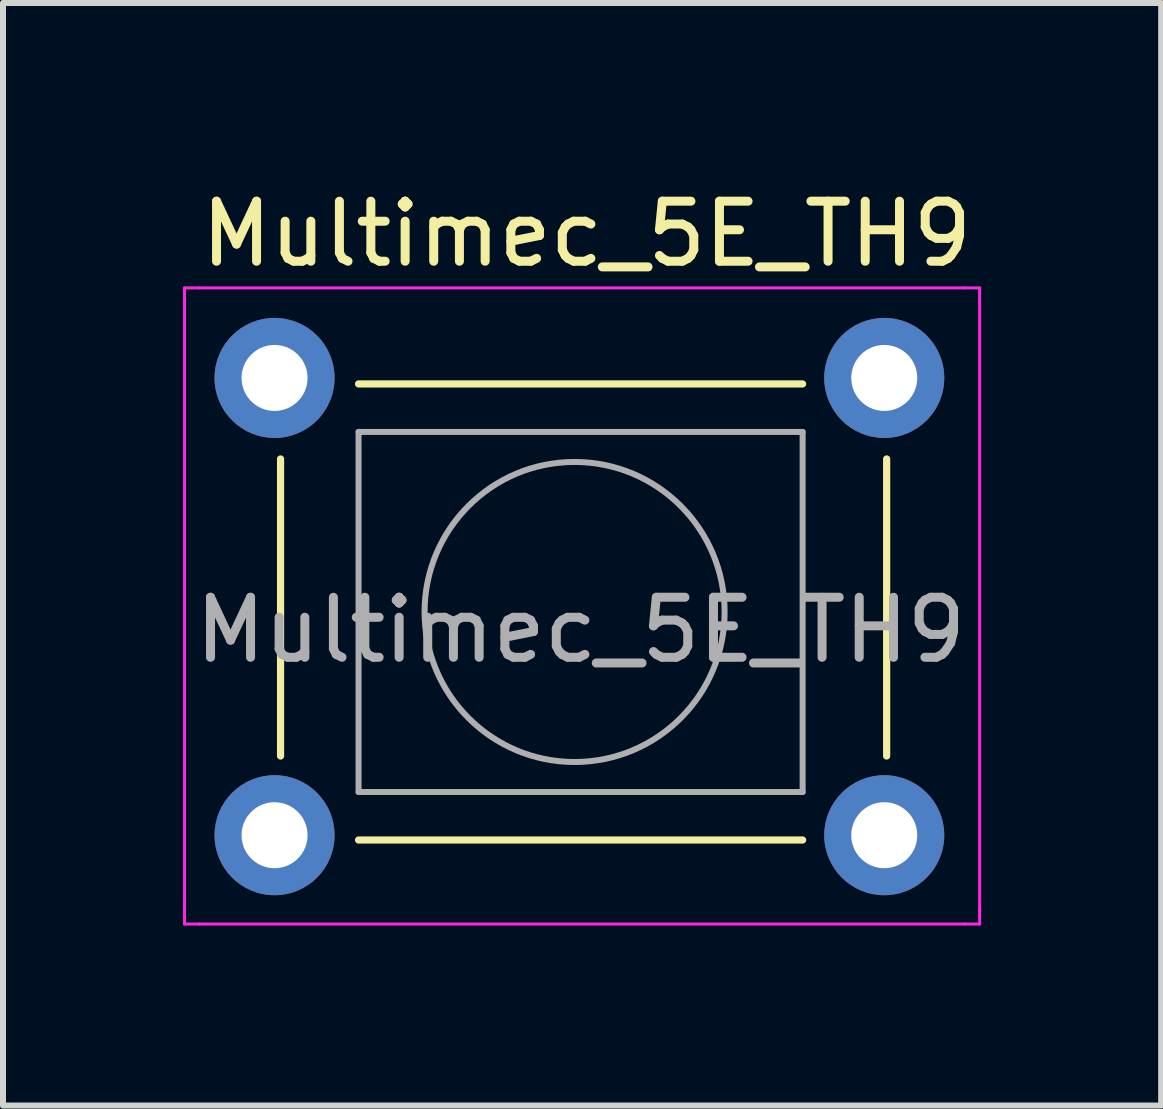
<source format=kicad_pcb>
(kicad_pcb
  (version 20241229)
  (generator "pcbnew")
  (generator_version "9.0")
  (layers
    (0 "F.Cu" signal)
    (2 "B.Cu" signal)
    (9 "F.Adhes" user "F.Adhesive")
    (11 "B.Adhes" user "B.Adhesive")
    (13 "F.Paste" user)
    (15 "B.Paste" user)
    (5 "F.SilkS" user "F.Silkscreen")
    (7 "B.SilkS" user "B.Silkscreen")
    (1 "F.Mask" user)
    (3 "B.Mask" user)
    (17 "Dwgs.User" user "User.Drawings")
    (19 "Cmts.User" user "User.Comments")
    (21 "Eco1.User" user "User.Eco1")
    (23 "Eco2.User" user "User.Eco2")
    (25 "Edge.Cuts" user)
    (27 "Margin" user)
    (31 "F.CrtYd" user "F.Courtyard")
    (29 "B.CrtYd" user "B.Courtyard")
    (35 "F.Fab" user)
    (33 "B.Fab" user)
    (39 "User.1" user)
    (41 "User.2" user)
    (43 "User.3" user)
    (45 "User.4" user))
  (footprint "Multimec_5E_TH9"
    (layer "F.Cu")
    (at 1.525 3.248)
    (property "Reference" "Multimec_5E_TH9" (at 5.2 -2.4 0) (layer "F.SilkS") (effects (font (size 1 1) (thickness 0.15))))
    (attr through_hole)
    (fp_line (start 0.1 6.3) (end 0.1 1.35) (stroke (width 0.12) (type solid)) (layer "F.SilkS"))
    (fp_line (start 8.8 0.1) (end 1.4 0.1) (stroke (width 0.12) (type solid)) (layer "F.SilkS"))
    (fp_line (start 8.8 7.7) (end 1.4 7.7) (stroke (width 0.12) (type solid)) (layer "F.SilkS"))
    (fp_line (start 10.2 6.3) (end 10.2 1.35) (stroke (width 0.12) (type solid)) (layer "F.SilkS"))
    (fp_line (start -1.5 -1.5) (end -1.25 -1.5) (stroke (width 0.05) (type solid)) (layer "F.CrtYd"))
    (fp_line (start -1.5 -1.25) (end -1.5 -1.5) (stroke (width 0.05) (type solid)) (layer "F.CrtYd"))
    (fp_line (start -1.5 8.85) (end -1.5 9.1) (stroke (width 0.05) (type solid)) (layer "F.CrtYd"))
    (fp_line (start -1.5 8.9) (end -1.5 -1.25) (stroke (width 0.05) (type solid)) (layer "F.CrtYd"))
    (fp_line (start -1.5 9.1) (end -1.25 9.1) (stroke (width 0.05) (type solid)) (layer "F.CrtYd"))
    (fp_line (start -1.25 -1.5) (end 11.5 -1.5) (stroke (width 0.05) (type solid)) (layer "F.CrtYd"))
    (fp_line (start 11.5 -1.5) (end 11.75 -1.5) (stroke (width 0.05) (type solid)) (layer "F.CrtYd"))
    (fp_line (start 11.5 9.1) (end -1.25 9.1) (stroke (width 0.05) (type solid)) (layer "F.CrtYd"))
    (fp_line (start 11.5 9.1) (end 11.75 9.1) (stroke (width 0.05) (type solid)) (layer "F.CrtYd"))
    (fp_line (start 11.75 -1.5) (end 11.75 -1.25) (stroke (width 0.05) (type solid)) (layer "F.CrtYd"))
    (fp_line (start 11.75 -1.25) (end 11.75 8.9) (stroke (width 0.05) (type solid)) (layer "F.CrtYd"))
    (fp_line (start 11.75 9.1) (end 11.75 8.85) (stroke (width 0.05) (type solid)) (layer "F.CrtYd"))
    (fp_line (start 1.4 6.9) (end 1.4 0.9) (stroke (width 0.1) (type solid)) (layer "F.Fab"))
    (fp_line (start 8.8 0.9) (end 1.4 0.9) (stroke (width 0.1) (type solid)) (layer "F.Fab"))
    (fp_line (start 8.8 6.9) (end 1.4 6.9) (stroke (width 0.1) (type solid)) (layer "F.Fab"))
    (fp_line (start 8.8 6.9) (end 8.8 0.9) (stroke (width 0.1) (type solid)) (layer "F.Fab"))
    (fp_circle (center 5 3.9) (end 7.5 3.9) (stroke (width 0.1) (type solid)) (fill no) (layer "F.Fab"))
    (fp_text user "${REFERENCE}" (at 5.1 4.2 0) (layer "F.Fab") (effects (font (size 1 1) (thickness 0.15))))
    (pad "1" thru_hole circle (at 0 0 90) (size 2 2) (drill 1.1) (layers "*.Cu" "*.Mask"))
    (pad "1" thru_hole circle (at 10.16 0 90) (size 2 2) (drill 1.1) (layers "*.Cu" "*.Mask"))
    (pad "2" thru_hole circle (at 0 7.62 90) (size 2 2) (drill 1.1) (layers "*.Cu" "*.Mask"))
    (pad "2" thru_hole circle (at 10.16 7.62 90) (size 2 2) (drill 1.1) (layers "*.Cu" "*.Mask")))
  (gr_rect
    (start -3 -3)
    (end 16.3 15.373)
    (stroke (width 0.1) (type default))
    (fill no)
    (layer "Edge.Cuts")))
</source>
